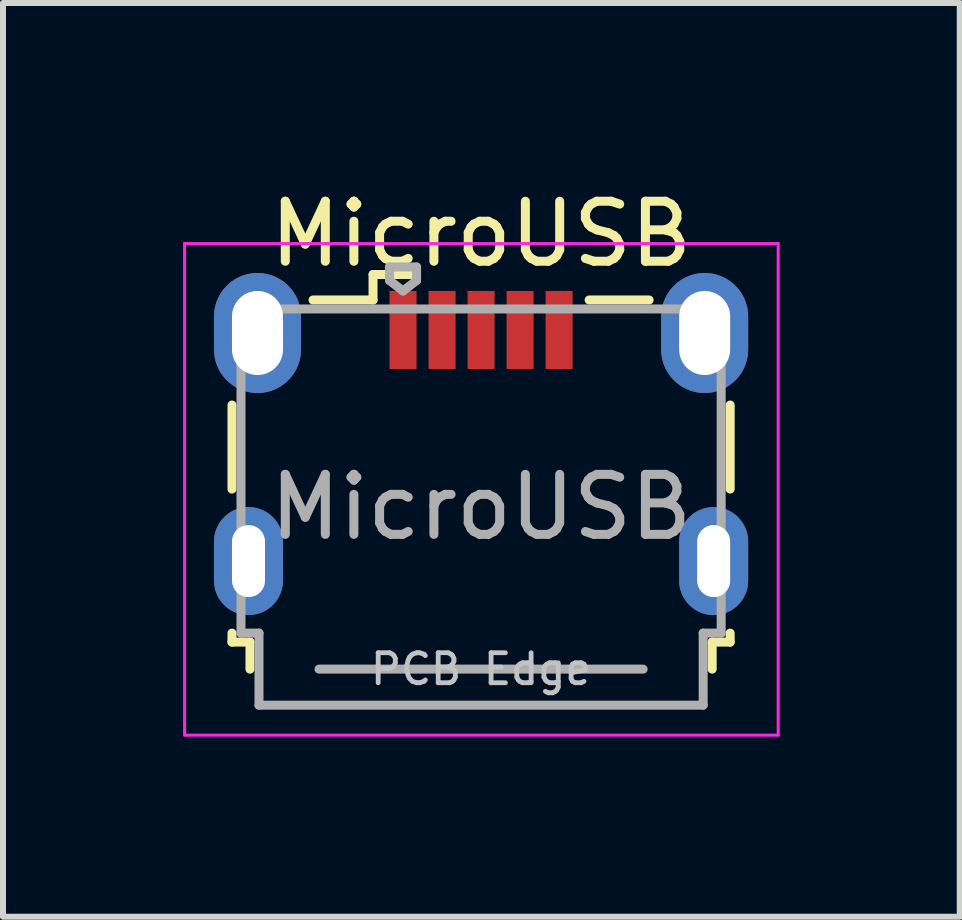
<source format=kicad_pcb>
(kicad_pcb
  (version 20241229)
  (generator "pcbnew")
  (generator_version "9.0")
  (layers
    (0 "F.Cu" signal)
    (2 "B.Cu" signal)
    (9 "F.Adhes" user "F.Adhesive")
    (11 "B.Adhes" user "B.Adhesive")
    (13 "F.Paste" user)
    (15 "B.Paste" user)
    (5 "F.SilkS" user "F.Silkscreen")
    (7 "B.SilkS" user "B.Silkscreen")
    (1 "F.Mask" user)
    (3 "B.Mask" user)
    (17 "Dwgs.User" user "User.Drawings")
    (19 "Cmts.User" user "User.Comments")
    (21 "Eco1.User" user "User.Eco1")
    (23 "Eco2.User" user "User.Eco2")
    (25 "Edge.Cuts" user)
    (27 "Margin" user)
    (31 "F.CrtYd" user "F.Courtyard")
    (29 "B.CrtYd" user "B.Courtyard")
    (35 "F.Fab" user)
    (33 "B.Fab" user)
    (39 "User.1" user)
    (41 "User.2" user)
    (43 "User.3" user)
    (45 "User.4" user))
  (footprint "MicroUSB"
    (layer "F.Cu")
    (at 4.965 4.348)
    (property "Reference" "MicroUSB" (at 0 -3.5 0) (layer "F.SilkS") (effects (font (size 1 1) (thickness 0.15))))
    (attr smd)
    (fp_line (start -4.15 -0.65) (end -4.15 0.75) (stroke (width 0.15) (type solid)) (layer "F.SilkS"))
    (fp_line (start -4.15 3.15) (end -4.15 3.3) (stroke (width 0.15) (type solid)) (layer "F.SilkS"))
    (fp_line (start -4.15 3.3) (end -3.85 3.3) (stroke (width 0.15) (type solid)) (layer "F.SilkS"))
    (fp_line (start -3.85 3.3) (end -3.85 3.75) (stroke (width 0.15) (type solid)) (layer "F.SilkS"))
    (fp_line (start -1.8 -2.825) (end -1.8 -2.4) (stroke (width 0.15) (type solid)) (layer "F.SilkS"))
    (fp_line (start -1.8 -2.4) (end -2.8 -2.4) (stroke (width 0.15) (type solid)) (layer "F.SilkS"))
    (fp_line (start -1.075 -2.825) (end -1.8 -2.825) (stroke (width 0.15) (type solid)) (layer "F.SilkS"))
    (fp_line (start 1.8 -2.4) (end 2.8 -2.4) (stroke (width 0.15) (type solid)) (layer "F.SilkS"))
    (fp_line (start 3.85 3.3) (end 4.15 3.3) (stroke (width 0.15) (type solid)) (layer "F.SilkS"))
    (fp_line (start 3.85 3.75) (end 3.85 3.3) (stroke (width 0.15) (type solid)) (layer "F.SilkS"))
    (fp_line (start 4.15 0.75) (end 4.15 -0.65) (stroke (width 0.15) (type solid)) (layer "F.SilkS"))
    (fp_line (start 4.15 3.3) (end 4.15 3.15) (stroke (width 0.15) (type solid)) (layer "F.SilkS"))
    (fp_line (start -4.94 -3.34) (end -4.94 4.85) (stroke (width 0.05) (type solid)) (layer "F.CrtYd"))
    (fp_line (start -4.94 4.85) (end 4.95 4.85) (stroke (width 0.05) (type solid)) (layer "F.CrtYd"))
    (fp_line (start 4.95 -3.34) (end -4.94 -3.34) (stroke (width 0.05) (type solid)) (layer "F.CrtYd"))
    (fp_line (start 4.95 4.85) (end 4.95 -3.34) (stroke (width 0.05) (type solid)) (layer "F.CrtYd"))
    (fp_line (start -4 -2.25) (end -4 3.15) (stroke (width 0.15) (type solid)) (layer "F.Fab"))
    (fp_line (start -4 3.15) (end -3.7 3.15) (stroke (width 0.15) (type solid)) (layer "F.Fab"))
    (fp_line (start -3.7 3.15) (end -3.7 4.35) (stroke (width 0.15) (type solid)) (layer "F.Fab"))
    (fp_line (start -3.7 4.35) (end 3.7 4.35) (stroke (width 0.15) (type solid)) (layer "F.Fab"))
    (fp_line (start -2.7 3.75) (end 2.7 3.75) (stroke (width 0.15) (type solid)) (layer "F.Fab"))
    (fp_line (start -1.525 -2.95) (end -1.075 -2.95) (stroke (width 0.15) (type solid)) (layer "F.Fab"))
    (fp_line (start -1.525 -2.725) (end -1.525 -2.95) (stroke (width 0.15) (type solid)) (layer "F.Fab"))
    (fp_line (start -1.3 -2.55) (end -1.525 -2.725) (stroke (width 0.15) (type solid)) (layer "F.Fab"))
    (fp_line (start -1.075 -2.95) (end -1.075 -2.725) (stroke (width 0.15) (type solid)) (layer "F.Fab"))
    (fp_line (start -1.075 -2.725) (end -1.3 -2.55) (stroke (width 0.15) (type solid)) (layer "F.Fab"))
    (fp_line (start 3.7 3.15) (end 4 3.15) (stroke (width 0.15) (type solid)) (layer "F.Fab"))
    (fp_line (start 3.7 4.35) (end 3.7 3.15) (stroke (width 0.15) (type solid)) (layer "F.Fab"))
    (fp_line (start 4 -2.25) (end -4 -2.25) (stroke (width 0.15) (type solid)) (layer "F.Fab"))
    (fp_line (start 4 3.15) (end 4 -2.25) (stroke (width 0.15) (type solid)) (layer "F.Fab"))
    (fp_text user "PCB Edge" (at 0 3.75 0) (layer "Dwgs.User") (effects (font (size 0.5 0.5) (thickness 0.08))))
    (fp_text user "${REFERENCE}" (at 0 1.05 0) (layer "F.Fab") (effects (font (size 1 1) (thickness 0.15))))
    (pad "1" smd rect (at -1.3 -1.9) (size 0.45 1.3) (layers "F.Cu" "F.Mask" "F.Paste"))
    (pad "2" smd rect (at -0.65 -1.9) (size 0.45 1.3) (layers "F.Cu" "F.Mask" "F.Paste"))
    (pad "3" smd rect (at 0 -1.9) (size 0.45 1.3) (layers "F.Cu" "F.Mask" "F.Paste"))
    (pad "4" smd rect (at 0.65 -1.9) (size 0.45 1.3) (layers "F.Cu" "F.Mask" "F.Paste"))
    (pad "5" smd rect (at 1.3 -1.9) (size 0.45 1.3) (layers "F.Cu" "F.Mask" "F.Paste"))
    (pad "6" thru_hole oval (at -3.875 1.95) (size 1.15 1.8) (drill oval 0.55 1.2) (layers "*.Cu" "*.Mask"))
    (pad "6" thru_hole oval (at -3.725 -1.85) (size 1.45 2) (drill oval 0.85 1.4) (layers "*.Cu" "*.Mask"))
    (pad "6" thru_hole oval (at 3.725 -1.85) (size 1.45 2) (drill oval 0.85 1.4) (layers "*.Cu" "*.Mask"))
    (pad "6" thru_hole oval (at 3.875 1.95) (size 1.15 1.8) (drill oval 0.55 1.2) (layers "*.Cu" "*.Mask")))
  (gr_rect
    (start -3 -3)
    (end 12.94 12.223)
    (stroke (width 0.1) (type default))
    (fill no)
    (layer "Edge.Cuts")))
</source>
